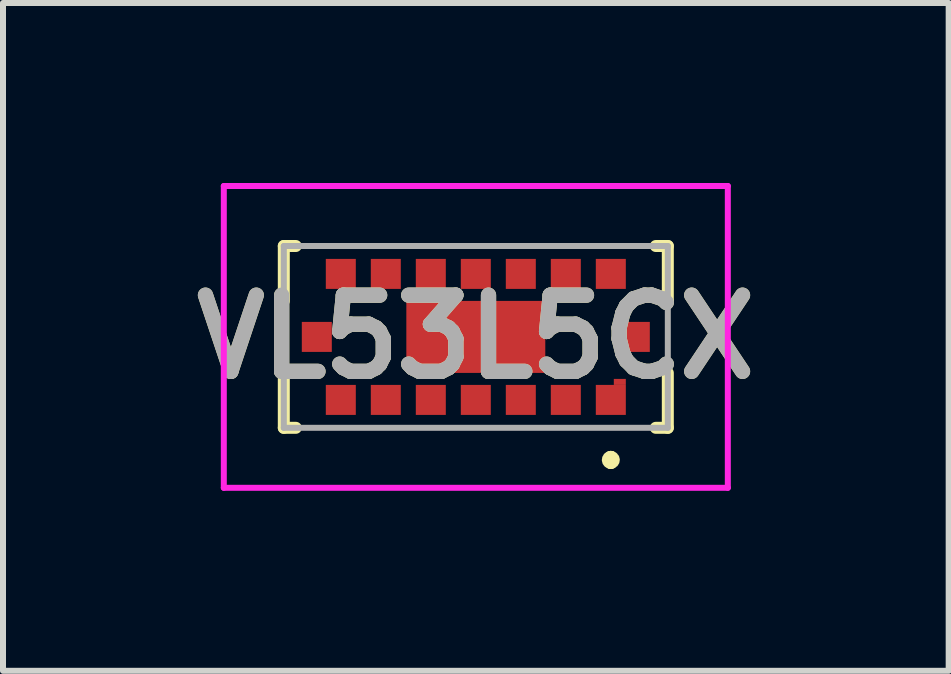
<source format=kicad_pcb>
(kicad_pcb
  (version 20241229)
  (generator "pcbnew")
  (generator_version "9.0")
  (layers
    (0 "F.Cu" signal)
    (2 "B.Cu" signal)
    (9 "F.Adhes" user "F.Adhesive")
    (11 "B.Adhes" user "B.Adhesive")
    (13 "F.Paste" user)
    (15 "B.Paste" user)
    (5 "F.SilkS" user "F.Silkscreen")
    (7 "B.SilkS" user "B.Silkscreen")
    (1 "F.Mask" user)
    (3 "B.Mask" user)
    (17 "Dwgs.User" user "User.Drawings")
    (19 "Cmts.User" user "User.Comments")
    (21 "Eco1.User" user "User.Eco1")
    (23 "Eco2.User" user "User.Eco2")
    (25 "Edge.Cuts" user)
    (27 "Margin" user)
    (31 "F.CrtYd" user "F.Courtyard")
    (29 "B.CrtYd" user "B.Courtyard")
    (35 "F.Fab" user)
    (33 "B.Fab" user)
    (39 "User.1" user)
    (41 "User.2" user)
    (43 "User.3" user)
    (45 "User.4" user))
  (footprint "VL53L5CX"
    (layer "F.Cu")
    (at 4.88 2.565)
    (property "Reference" "VL53L5CX" (at 0 0 0) (layer "F.SilkS") (effects (font (size 1.27 1.27) (thickness 0.254))))
    (attr smd)
    (fp_line (start -3.2 -1.515) (end -3 -1.515) (stroke (width 0.2) (type solid)) (layer "F.SilkS"))
    (fp_line (start -3.2 -0.6) (end -3.2 -1.515) (stroke (width 0.2) (type solid)) (layer "F.SilkS"))
    (fp_line (start -3.2 1.515) (end -3.2 0.6) (stroke (width 0.2) (type solid)) (layer "F.SilkS"))
    (fp_line (start -3 1.515) (end -3.2 1.515) (stroke (width 0.2) (type solid)) (layer "F.SilkS"))
    (fp_line (start 2.25 2) (end 2.25 2) (stroke (width 0.2) (type solid)) (layer "F.SilkS"))
    (fp_line (start 2.25 2.1) (end 2.25 2) (stroke (width 0.2) (type solid)) (layer "F.SilkS"))
    (fp_line (start 2.25 2.1) (end 2.25 2.1) (stroke (width 0.2) (type solid)) (layer "F.SilkS"))
    (fp_line (start 3 -1.515) (end 3.2 -1.515) (stroke (width 0.2) (type solid)) (layer "F.SilkS"))
    (fp_line (start 3 1.515) (end 3.2 1.515) (stroke (width 0.2) (type solid)) (layer "F.SilkS"))
    (fp_line (start 3.2 -1.515) (end 3.2 -0.6) (stroke (width 0.2) (type solid)) (layer "F.SilkS"))
    (fp_line (start 3.2 1.515) (end 3.2 0.6) (stroke (width 0.2) (type solid)) (layer "F.SilkS"))
    (fp_arc (start 2.25 2) (mid 2.3 2.05) (end 2.25 2.1) (stroke (width 0.2) (type solid)) (layer "F.SilkS"))
    (fp_arc (start 2.25 2.1) (mid 2.2 2.05) (end 2.25 2) (stroke (width 0.2) (type solid)) (layer "F.SilkS"))
    (fp_line (start -4.2 -2.515) (end 4.2 -2.515) (stroke (width 0.1) (type solid)) (layer "F.CrtYd"))
    (fp_line (start -4.2 2.515) (end -4.2 -2.515) (stroke (width 0.1) (type solid)) (layer "F.CrtYd"))
    (fp_line (start 4.2 -2.515) (end 4.2 2.515) (stroke (width 0.1) (type solid)) (layer "F.CrtYd"))
    (fp_line (start 4.2 2.515) (end -4.2 2.515) (stroke (width 0.1) (type solid)) (layer "F.CrtYd"))
    (fp_line (start -3.2 -1.515) (end 3.2 -1.515) (stroke (width 0.1) (type solid)) (layer "F.Fab"))
    (fp_line (start -3.2 1.515) (end -3.2 -1.515) (stroke (width 0.1) (type solid)) (layer "F.Fab"))
    (fp_line (start 3.2 -1.515) (end 3.2 1.515) (stroke (width 0.1) (type solid)) (layer "F.Fab"))
    (fp_line (start 3.2 1.515) (end -3.2 1.515) (stroke (width 0.1) (type solid)) (layer "F.Fab"))
    (fp_text user "${REFERENCE}" (at 0 0 0) (layer "F.Fab") (effects (font (size 1.27 1.27) (thickness 0.254))))
    (pad "A1" smd rect (at 2.25 1.05 90) (size 0.5 0.5) (layers "F.Cu" "F.Mask" "F.Paste"))
    (pad "A2" smd rect (at 1.5 1.05 90) (size 0.5 0.5) (layers "F.Cu" "F.Mask" "F.Paste"))
    (pad "A3" smd rect (at 0.75 1.05 90) (size 0.5 0.5) (layers "F.Cu" "F.Mask" "F.Paste"))
    (pad "A4" smd rect (at 0 1.05 90) (size 0.5 0.5) (layers "F.Cu" "F.Mask" "F.Paste"))
    (pad "A5" smd rect (at -0.75 1.05 90) (size 0.5 0.5) (layers "F.Cu" "F.Mask" "F.Paste"))
    (pad "A6" smd rect (at -1.5 1.05 90) (size 0.5 0.5) (layers "F.Cu" "F.Mask" "F.Paste"))
    (pad "A7" smd rect (at -2.25 1.05 90) (size 0.5 0.5) (layers "F.Cu" "F.Mask" "F.Paste"))
    (pad "A8" smd rect (at 2.4 0.75 90) (size 0.1 0.2) (layers "F.Cu" "F.Mask" "F.Paste"))
    (pad "B1" smd rect (at 2.65 0 90) (size 0.5 0.5) (layers "F.Cu" "F.Mask" "F.Paste"))
    (pad "B4" smd rect (at 0 0 90) (size 1.2 2.316) (layers "F.Cu" "F.Mask" "F.Paste"))
    (pad "B7" smd rect (at -2.65 0 90) (size 0.5 0.5) (layers "F.Cu" "F.Mask" "F.Paste"))
    (pad "C1" smd rect (at 2.25 -1.05 90) (size 0.5 0.5) (layers "F.Cu" "F.Mask" "F.Paste"))
    (pad "C2" smd rect (at 1.5 -1.05 90) (size 0.5 0.5) (layers "F.Cu" "F.Mask" "F.Paste"))
    (pad "C3" smd rect (at 0.75 -1.05 90) (size 0.5 0.5) (layers "F.Cu" "F.Mask" "F.Paste"))
    (pad "C4" smd rect (at 0 -1.05 90) (size 0.5 0.5) (layers "F.Cu" "F.Mask" "F.Paste"))
    (pad "C5" smd rect (at -0.75 -1.05 90) (size 0.5 0.5) (layers "F.Cu" "F.Mask" "F.Paste"))
    (pad "C6" smd rect (at -1.5 -1.05 90) (size 0.5 0.5) (layers "F.Cu" "F.Mask" "F.Paste"))
    (pad "C7" smd rect (at -2.25 -1.05 90) (size 0.5 0.5) (layers "F.Cu" "F.Mask" "F.Paste")))
  (gr_rect
    (start -3 -3)
    (end 12.761 8.13)
    (stroke (width 0.1) (type default))
    (fill no)
    (layer "Edge.Cuts")))
</source>
